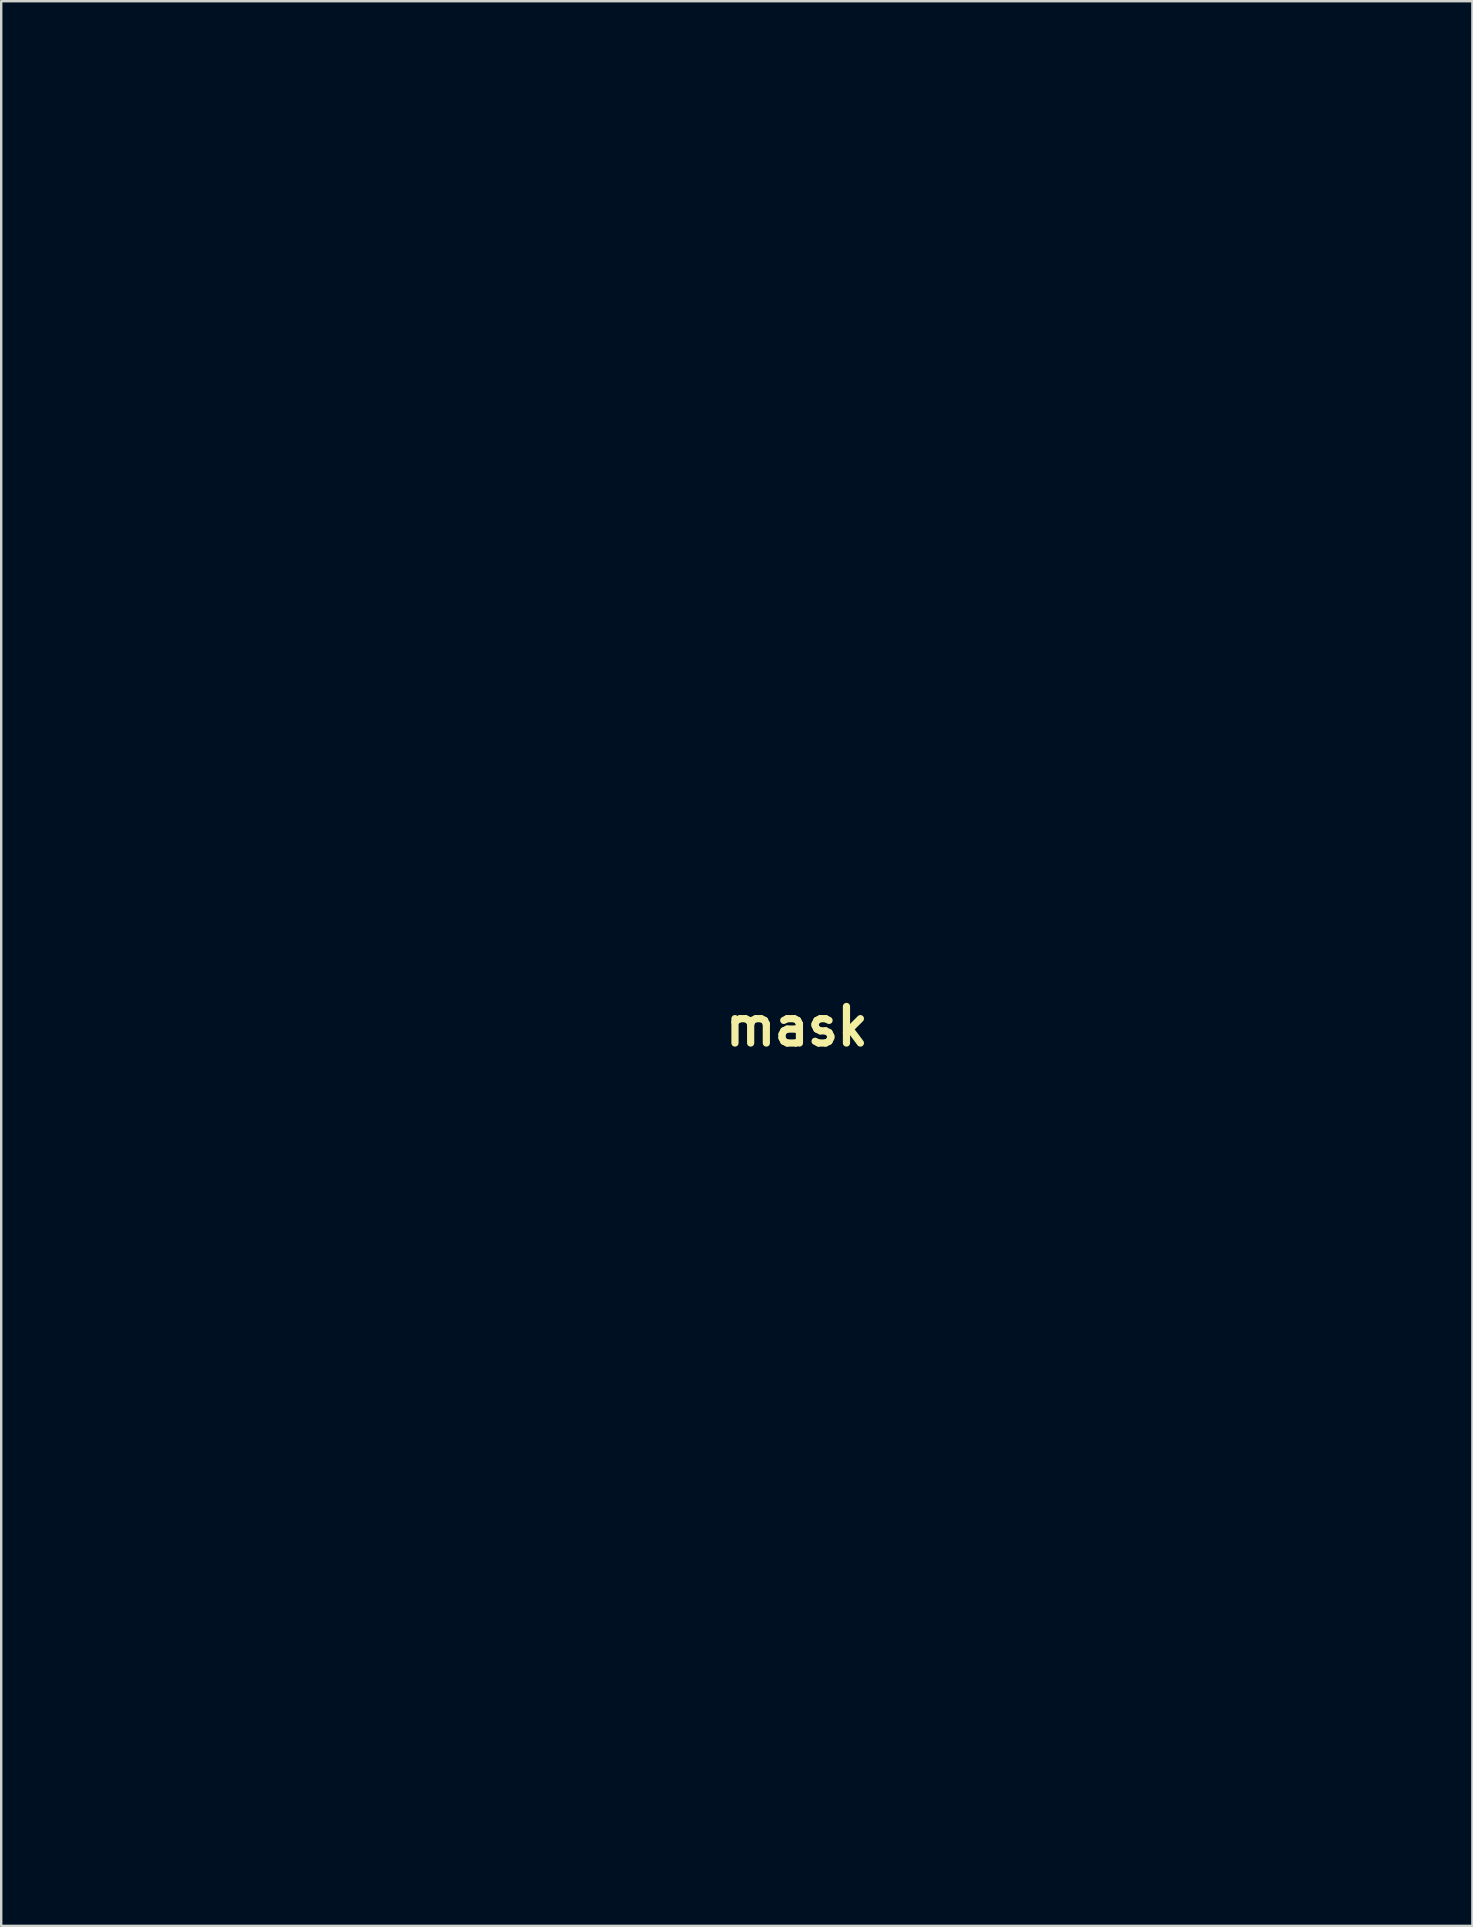
<source format=kicad_pcb>
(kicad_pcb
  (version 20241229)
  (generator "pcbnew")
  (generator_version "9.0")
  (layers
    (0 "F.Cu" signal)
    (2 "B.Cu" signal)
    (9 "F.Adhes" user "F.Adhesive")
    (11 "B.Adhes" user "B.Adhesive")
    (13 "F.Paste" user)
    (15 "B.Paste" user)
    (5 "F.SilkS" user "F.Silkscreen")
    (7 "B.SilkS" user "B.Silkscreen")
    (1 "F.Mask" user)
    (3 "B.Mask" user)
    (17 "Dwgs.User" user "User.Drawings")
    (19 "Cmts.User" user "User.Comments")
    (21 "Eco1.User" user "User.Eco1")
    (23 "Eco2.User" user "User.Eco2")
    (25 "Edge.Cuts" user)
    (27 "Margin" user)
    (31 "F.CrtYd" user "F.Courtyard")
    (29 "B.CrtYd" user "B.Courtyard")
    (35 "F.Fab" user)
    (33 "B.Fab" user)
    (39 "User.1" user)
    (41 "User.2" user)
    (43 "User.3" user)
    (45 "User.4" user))
  (footprint "mask"
    (layer "F.Cu")
    (at 30.146 39.714)
    (property "Reference" "mask" (at 0 0 0) (layer "F.SilkS") (effects (font (size 1.524 1.524) (thickness 0.3))))
    (attr board_only exclude_from_pos_files exclude_from_bom)
    (fp_poly (pts (xy 17.852 -1.741) (xy 16.722 -1.741) (xy 16.722 -2.872) (xy 17.852 -2.872)) (stroke (width 0) (type solid)) (fill yes) (layer "F.Mask"))
    (fp_poly (pts (xy 17.106 -11.502) (xy 17.109 -10.959) (xy 17.652 -10.956) (xy 18.195 -10.953) (xy 18.195 -10.445) (xy 16.594 -10.445) (xy 16.594 -12.046) (xy 17.102 -12.046)) (stroke (width 0) (type solid)) (fill yes) (layer "F.Mask"))
    (fp_poly (pts (xy -4.323 -5.206) (xy -4.136 -5.019) (xy -5.235 -3.92) (xy -5.374 -3.781) (xy -5.508 -3.647) (xy -5.636 -3.519) (xy -5.757 -3.399) (xy -5.869 -3.287) (xy -5.973 -3.184) (xy -6.065 -3.092) (xy -6.146 -3.011) (xy -6.215 -2.944) (xy -6.27 -2.889) (xy -6.31 -2.85) (xy -6.334 -2.827) (xy -6.341 -2.821) (xy -6.351 -2.829) (xy -6.377 -2.853) (xy -6.415 -2.89) (xy -6.462 -2.937) (xy -6.517 -2.991) (xy -6.531 -3.005) (xy -6.715 -3.189) (xy -4.511 -5.394)) (stroke (width 0) (type solid)) (fill yes) (layer "F.Mask"))
    (fp_poly (pts (xy -14.837 -3.727) (xy -14.739 -3.689) (xy -14.648 -3.629) (xy -14.607 -3.592) (xy -14.535 -3.504) (xy -14.485 -3.407) (xy -14.456 -3.307) (xy -14.448 -3.204) (xy -14.46 -3.103) (xy -14.492 -3.006) (xy -14.542 -2.916) (xy -14.61 -2.837) (xy -14.694 -2.772) (xy -14.795 -2.722) (xy -14.827 -2.712) (xy -14.883 -2.701) (xy -14.953 -2.696) (xy -15.025 -2.697) (xy -15.091 -2.703) (xy -15.127 -2.712) (xy -15.231 -2.757) (xy -15.32 -2.82) (xy -15.393 -2.898) (xy -15.448 -2.987) (xy -15.485 -3.086) (xy -15.501 -3.19) (xy -15.496 -3.296) (xy -15.468 -3.402) (xy -15.454 -3.435) (xy -15.396 -3.532) (xy -15.322 -3.612) (xy -15.237 -3.673) (xy -15.142 -3.716) (xy -15.042 -3.74) (xy -14.939 -3.743)) (stroke (width 0) (type solid)) (fill yes) (layer "F.Mask"))
    (fp_poly (pts (xy -16.421 15.873) (xy -16.37 15.878) (xy -16.334 15.89) (xy -16.301 15.911) (xy -16.294 15.916) (xy -16.265 15.941) (xy -16.242 15.965) (xy -16.225 15.991) (xy -16.212 16.024) (xy -16.204 16.066) (xy -16.198 16.12) (xy -16.195 16.191) (xy -16.194 16.282) (xy -16.194 16.359) (xy -16.195 16.466) (xy -16.196 16.55) (xy -16.2 16.616) (xy -16.206 16.667) (xy -16.215 16.705) (xy -16.229 16.736) (xy -16.248 16.761) (xy -16.273 16.785) (xy -16.294 16.803) (xy -16.351 16.834) (xy -16.42 16.848) (xy -16.491 16.843) (xy -16.554 16.822) (xy -16.6 16.79) (xy -16.64 16.748) (xy -16.643 16.743) (xy -16.677 16.692) (xy -16.677 16.027) (xy -16.642 15.974) (xy -16.593 15.919) (xy -16.532 15.885) (xy -16.457 15.872)) (stroke (width 0) (type solid)) (fill yes) (layer "F.Mask"))
    (fp_poly (pts (xy 6.79 31.908) (xy 6.968 31.908) (xy 7.129 31.909) (xy 7.167 31.909) (xy 7.802 31.912) (xy 7.173 32.992) (xy 7.084 33.144) (xy 6.999 33.29) (xy 6.918 33.428) (xy 6.843 33.556) (xy 6.774 33.674) (xy 6.711 33.78) (xy 6.657 33.872) (xy 6.612 33.948) (xy 6.576 34.008) (xy 6.55 34.05) (xy 6.537 34.072) (xy 6.534 34.075) (xy 6.527 34.064) (xy 6.507 34.033) (xy 6.477 33.984) (xy 6.436 33.916) (xy 6.386 33.833) (xy 6.328 33.734) (xy 6.263 33.623) (xy 6.19 33.5) (xy 6.112 33.367) (xy 6.03 33.225) (xy 5.943 33.076) (xy 5.895 32.995) (xy 5.266 31.912) (xy 5.898 31.909) (xy 6.054 31.908) (xy 6.228 31.908) (xy 6.413 31.907) (xy 6.603 31.907)) (stroke (width 0) (type solid)) (fill yes) (layer "F.Mask"))
    (fp_poly (pts (xy -5.339 17.877) (xy -5.279 17.903) (xy -5.228 17.946) (xy -5.192 18.004) (xy -5.184 18.028) (xy -5.179 18.059) (xy -5.175 18.114) (xy -5.173 18.192) (xy -5.173 18.291) (xy -5.174 18.388) (xy -5.178 18.701) (xy -5.217 18.749) (xy -5.276 18.805) (xy -5.345 18.838) (xy -5.421 18.848) (xy -5.469 18.841) (xy -5.536 18.814) (xy -5.592 18.768) (xy -5.63 18.712) (xy -5.638 18.692) (xy -5.643 18.67) (xy -5.648 18.642) (xy -5.651 18.603) (xy -5.653 18.551) (xy -5.654 18.482) (xy -5.654 18.392) (xy -5.654 18.355) (xy -5.654 18.259) (xy -5.654 18.184) (xy -5.652 18.127) (xy -5.65 18.085) (xy -5.647 18.055) (xy -5.642 18.031) (xy -5.635 18.012) (xy -5.627 17.995) (xy -5.587 17.937) (xy -5.533 17.896) (xy -5.471 17.873) (xy -5.405 17.867)) (stroke (width 0) (type solid)) (fill yes) (layer "F.Mask"))
    (fp_poly (pts (xy -16.391 17.871) (xy -16.322 17.895) (xy -16.263 17.938) (xy -16.246 17.958) (xy -16.226 17.99) (xy -16.211 18.028) (xy -16.201 18.077) (xy -16.193 18.14) (xy -16.19 18.22) (xy -16.189 18.319) (xy -16.19 18.405) (xy -16.192 18.494) (xy -16.194 18.561) (xy -16.196 18.61) (xy -16.2 18.646) (xy -16.206 18.673) (xy -16.213 18.694) (xy -16.221 18.709) (xy -16.266 18.772) (xy -16.326 18.817) (xy -16.395 18.842) (xy -16.468 18.845) (xy -16.48 18.843) (xy -16.555 18.818) (xy -16.615 18.773) (xy -16.642 18.739) (xy -16.677 18.687) (xy -16.681 18.387) (xy -16.682 18.3) (xy -16.682 18.219) (xy -16.681 18.149) (xy -16.68 18.093) (xy -16.678 18.056) (xy -16.677 18.045) (xy -16.66 18.005) (xy -16.628 17.959) (xy -16.588 17.918) (xy -16.546 17.888) (xy -16.535 17.882) (xy -16.464 17.866)) (stroke (width 0) (type solid)) (fill yes) (layer "F.Mask"))
    (fp_poly (pts (xy 5.748 17.877) (xy 5.813 17.911) (xy 5.865 17.963) (xy 5.9 18.03) (xy 5.907 18.056) (xy 5.912 18.092) (xy 5.916 18.149) (xy 5.919 18.22) (xy 5.92 18.3) (xy 5.92 18.383) (xy 5.919 18.465) (xy 5.917 18.54) (xy 5.913 18.602) (xy 5.909 18.645) (xy 5.907 18.653) (xy 5.887 18.71) (xy 5.853 18.764) (xy 5.812 18.806) (xy 5.794 18.818) (xy 5.747 18.835) (xy 5.689 18.845) (xy 5.635 18.844) (xy 5.629 18.843) (xy 5.554 18.818) (xy 5.494 18.773) (xy 5.467 18.739) (xy 5.432 18.687) (xy 5.428 18.372) (xy 5.427 18.273) (xy 5.427 18.197) (xy 5.427 18.139) (xy 5.429 18.096) (xy 5.432 18.065) (xy 5.436 18.042) (xy 5.442 18.024) (xy 5.449 18.009) (xy 5.496 17.94) (xy 5.555 17.893) (xy 5.625 17.869) (xy 5.675 17.865)) (stroke (width 0) (type solid)) (fill yes) (layer "F.Mask"))
    (fp_poly (pts (xy -5.369 19.864) (xy -5.303 19.886) (xy -5.245 19.926) (xy -5.202 19.984) (xy -5.198 19.992) (xy -5.189 20.01) (xy -5.183 20.029) (xy -5.178 20.051) (xy -5.175 20.08) (xy -5.173 20.12) (xy -5.173 20.173) (xy -5.173 20.244) (xy -5.174 20.336) (xy -5.174 20.372) (xy -5.178 20.696) (xy -5.217 20.745) (xy -5.277 20.801) (xy -5.344 20.835) (xy -5.417 20.846) (xy -5.476 20.836) (xy -5.542 20.806) (xy -5.597 20.758) (xy -5.63 20.706) (xy -5.638 20.687) (xy -5.643 20.665) (xy -5.648 20.636) (xy -5.651 20.598) (xy -5.653 20.546) (xy -5.654 20.476) (xy -5.654 20.386) (xy -5.654 20.352) (xy -5.654 20.248) (xy -5.653 20.165) (xy -5.65 20.101) (xy -5.645 20.052) (xy -5.637 20.015) (xy -5.625 19.986) (xy -5.609 19.962) (xy -5.588 19.939) (xy -5.568 19.921) (xy -5.506 19.881) (xy -5.438 19.862)) (stroke (width 0) (type solid)) (fill yes) (layer "F.Mask"))
    (fp_poly (pts (xy -5.349 15.876) (xy -5.285 15.901) (xy -5.268 15.913) (xy -5.24 15.935) (xy -5.218 15.958) (xy -5.202 15.983) (xy -5.189 16.015) (xy -5.181 16.057) (xy -5.176 16.111) (xy -5.173 16.182) (xy -5.172 16.273) (xy -5.171 16.36) (xy -5.172 16.463) (xy -5.173 16.545) (xy -5.175 16.608) (xy -5.179 16.656) (xy -5.186 16.693) (xy -5.195 16.721) (xy -5.207 16.744) (xy -5.224 16.766) (xy -5.233 16.777) (xy -5.283 16.815) (xy -5.346 16.839) (xy -5.416 16.848) (xy -5.485 16.84) (xy -5.53 16.822) (xy -5.567 16.796) (xy -5.603 16.758) (xy -5.613 16.744) (xy -5.648 16.692) (xy -5.652 16.386) (xy -5.653 16.278) (xy -5.653 16.191) (xy -5.651 16.124) (xy -5.647 16.072) (xy -5.64 16.033) (xy -5.631 16.002) (xy -5.618 15.976) (xy -5.602 15.954) (xy -5.552 15.91) (xy -5.489 15.882) (xy -5.419 15.87)) (stroke (width 0) (type solid)) (fill yes) (layer "F.Mask"))
    (fp_poly (pts (xy -15.23 32.968) (xy -15.134 32.988) (xy -15.039 33.019) (xy -14.964 33.052) (xy -14.888 33.101) (xy -14.812 33.168) (xy -14.74 33.244) (xy -14.682 33.323) (xy -14.66 33.362) (xy -14.607 33.49) (xy -14.578 33.622) (xy -14.573 33.754) (xy -14.592 33.884) (xy -14.633 34.01) (xy -14.696 34.128) (xy -14.782 34.235) (xy -14.796 34.25) (xy -14.902 34.339) (xy -15.02 34.405) (xy -15.146 34.449) (xy -15.278 34.469) (xy -15.415 34.465) (xy -15.489 34.453) (xy -15.612 34.413) (xy -15.728 34.352) (xy -15.831 34.272) (xy -15.921 34.176) (xy -15.993 34.066) (xy -16.045 33.947) (xy -16.062 33.888) (xy -16.07 33.839) (xy -16.076 33.778) (xy -16.078 33.718) (xy -16.078 33.716) (xy -16.067 33.579) (xy -16.034 33.454) (xy -15.978 33.338) (xy -15.898 33.23) (xy -15.857 33.186) (xy -15.749 33.094) (xy -15.632 33.027) (xy -15.506 32.982) (xy -15.37 32.962) (xy -15.317 32.96)) (stroke (width 0) (type solid)) (fill yes) (layer "F.Mask"))
    (fp_poly (pts (xy 5.757 19.878) (xy 5.82 19.912) (xy 5.871 19.965) (xy 5.888 19.993) (xy 5.897 20.013) (xy 5.904 20.035) (xy 5.909 20.062) (xy 5.913 20.1) (xy 5.916 20.151) (xy 5.918 20.22) (xy 5.919 20.306) (xy 5.92 20.421) (xy 5.919 20.515) (xy 5.915 20.587) (xy 5.909 20.637) (xy 5.909 20.641) (xy 5.882 20.715) (xy 5.838 20.774) (xy 5.781 20.818) (xy 5.714 20.842) (xy 5.641 20.844) (xy 5.604 20.836) (xy 5.535 20.804) (xy 5.479 20.751) (xy 5.452 20.708) (xy 5.444 20.688) (xy 5.437 20.668) (xy 5.432 20.643) (xy 5.429 20.61) (xy 5.427 20.564) (xy 5.426 20.503) (xy 5.426 20.423) (xy 5.426 20.358) (xy 5.426 20.253) (xy 5.427 20.17) (xy 5.431 20.105) (xy 5.436 20.056) (xy 5.444 20.018) (xy 5.456 19.989) (xy 5.471 19.964) (xy 5.491 19.94) (xy 5.493 19.938) (xy 5.552 19.892) (xy 5.618 19.868) (xy 5.689 19.863)) (stroke (width 0) (type solid)) (fill yes) (layer "F.Mask"))
    (fp_poly (pts (xy -29.377 32.204) (xy -28.939 32.643) (xy -28.507 32.211) (xy -28.42 32.124) (xy -28.339 32.044) (xy -28.265 31.971) (xy -28.199 31.907) (xy -28.144 31.854) (xy -28.102 31.814) (xy -28.074 31.788) (xy -28.062 31.779) (xy -28.062 31.779) (xy -28.049 31.787) (xy -28.022 31.811) (xy -27.983 31.847) (xy -27.935 31.893) (xy -27.89 31.937) (xy -27.732 32.096) (xy -28.17 32.535) (xy -28.608 32.973) (xy -28.173 33.408) (xy -27.738 33.844) (xy -27.903 34.009) (xy -28.068 34.173) (xy -28.504 33.738) (xy -28.939 33.303) (xy -29.371 33.735) (xy -29.457 33.822) (xy -29.538 33.902) (xy -29.612 33.975) (xy -29.676 34.039) (xy -29.73 34.092) (xy -29.771 34.132) (xy -29.798 34.158) (xy -29.809 34.167) (xy -29.809 34.167) (xy -29.82 34.159) (xy -29.845 34.135) (xy -29.883 34.099) (xy -29.929 34.053) (xy -29.978 34.005) (xy -30.139 33.844) (xy -29.269 32.973) (xy -30.146 32.096) (xy -29.981 31.931) (xy -29.816 31.766)) (stroke (width 0) (type solid)) (fill yes) (layer "F.Mask"))
    (fp_poly (pts (xy 16.698 7.399) (xy 16.9 7.559) (xy 17.081 7.73) (xy 17.24 7.91) (xy 17.377 8.098) (xy 17.491 8.294) (xy 17.58 8.495) (xy 17.581 8.497) (xy 17.61 8.585) (xy 17.639 8.687) (xy 17.665 8.799) (xy 17.688 8.913) (xy 17.707 9.023) (xy 17.72 9.123) (xy 17.725 9.207) (xy 17.725 9.22) (xy 17.724 9.244) (xy 17.716 9.257) (xy 17.694 9.264) (xy 17.659 9.268) (xy 17.636 9.269) (xy 17.59 9.27) (xy 17.522 9.271) (xy 17.435 9.273) (xy 17.331 9.274) (xy 17.211 9.275) (xy 17.077 9.277) (xy 16.932 9.278) (xy 16.777 9.279) (xy 16.615 9.281) (xy 16.49 9.281) (xy 15.387 9.288) (xy 15.387 9.219) (xy 15.39 9.155) (xy 15.398 9.074) (xy 15.41 8.982) (xy 15.425 8.886) (xy 15.441 8.794) (xy 15.458 8.719) (xy 15.522 8.506) (xy 15.609 8.301) (xy 15.721 8.106) (xy 15.855 7.919) (xy 16.013 7.743) (xy 16.194 7.576) (xy 16.398 7.418) (xy 16.441 7.389) (xy 16.567 7.303)) (stroke (width 0) (type solid)) (fill yes) (layer "F.Mask"))
    (fp_poly (pts (xy -7.125 31.96) (xy -6.946 31.982) (xy -6.772 32.026) (xy -6.606 32.09) (xy -6.451 32.173) (xy -6.31 32.273) (xy -6.185 32.39) (xy -6.079 32.52) (xy -6.072 32.53) (xy -5.992 32.67) (xy -5.935 32.818) (xy -5.902 32.97) (xy -5.892 33.125) (xy -5.907 33.28) (xy -5.947 33.433) (xy -5.992 33.544) (xy -6.071 33.683) (xy -6.172 33.811) (xy -6.293 33.927) (xy -6.43 34.029) (xy -6.582 34.114) (xy -6.745 34.18) (xy -6.805 34.199) (xy -6.936 34.23) (xy -7.092 34.252) (xy -7.182 34.261) (xy -7.255 34.267) (xy -7.255 33.712) (xy -7.189 33.704) (xy -7.046 33.675) (xy -6.919 33.629) (xy -6.809 33.566) (xy -6.716 33.487) (xy -6.642 33.393) (xy -6.589 33.286) (xy -6.583 33.268) (xy -6.56 33.163) (xy -6.562 33.058) (xy -6.586 32.955) (xy -6.632 32.857) (xy -6.697 32.767) (xy -6.782 32.687) (xy -6.884 32.62) (xy -6.887 32.618) (xy -6.959 32.585) (xy -7.039 32.558) (xy -7.118 32.538) (xy -7.188 32.529) (xy -7.201 32.528) (xy -7.255 32.528) (xy -7.255 31.953)) (stroke (width 0) (type solid)) (fill yes) (layer "F.Mask"))
    (fp_poly (pts (xy 5.682 15.873) (xy 5.733 15.877) (xy 5.768 15.886) (xy 5.799 15.903) (xy 5.815 15.916) (xy 5.844 15.941) (xy 5.867 15.965) (xy 5.884 15.991) (xy 5.897 16.024) (xy 5.905 16.066) (xy 5.911 16.12) (xy 5.914 16.191) (xy 5.915 16.281) (xy 5.915 16.359) (xy 5.914 16.466) (xy 5.913 16.55) (xy 5.91 16.616) (xy 5.903 16.667) (xy 5.894 16.705) (xy 5.88 16.736) (xy 5.861 16.761) (xy 5.836 16.785) (xy 5.815 16.803) (xy 5.782 16.826) (xy 5.749 16.838) (xy 5.704 16.844) (xy 5.689 16.845) (xy 5.642 16.845) (xy 5.601 16.841) (xy 5.58 16.836) (xy 5.513 16.795) (xy 5.465 16.739) (xy 5.453 16.716) (xy 5.444 16.696) (xy 5.437 16.675) (xy 5.433 16.65) (xy 5.429 16.617) (xy 5.427 16.572) (xy 5.426 16.512) (xy 5.426 16.433) (xy 5.426 16.357) (xy 5.426 16.261) (xy 5.426 16.187) (xy 5.428 16.131) (xy 5.43 16.089) (xy 5.434 16.059) (xy 5.439 16.035) (xy 5.446 16.016) (xy 5.453 16) (xy 5.496 15.94) (xy 5.539 15.906) (xy 5.574 15.885) (xy 5.604 15.875) (xy 5.64 15.872)) (stroke (width 0) (type solid)) (fill yes) (layer "F.Mask"))
    (fp_poly (pts (xy -16.391 19.868) (xy -16.354 19.876) (xy -16.321 19.891) (xy -16.305 19.901) (xy -16.266 19.935) (xy -16.231 19.977) (xy -16.223 19.99) (xy -16.214 20.009) (xy -16.207 20.028) (xy -16.202 20.05) (xy -16.198 20.081) (xy -16.196 20.122) (xy -16.195 20.179) (xy -16.194 20.254) (xy -16.194 20.33) (xy -16.195 20.416) (xy -16.196 20.496) (xy -16.198 20.565) (xy -16.2 20.62) (xy -16.203 20.656) (xy -16.204 20.664) (xy -16.224 20.712) (xy -16.259 20.762) (xy -16.302 20.803) (xy -16.326 20.819) (xy -16.384 20.838) (xy -16.449 20.844) (xy -16.506 20.836) (xy -16.571 20.806) (xy -16.626 20.758) (xy -16.659 20.706) (xy -16.667 20.687) (xy -16.673 20.665) (xy -16.677 20.637) (xy -16.68 20.599) (xy -16.682 20.547) (xy -16.683 20.478) (xy -16.683 20.389) (xy -16.683 20.349) (xy -16.683 20.253) (xy -16.682 20.179) (xy -16.681 20.123) (xy -16.679 20.082) (xy -16.676 20.052) (xy -16.671 20.03) (xy -16.664 20.013) (xy -16.656 19.996) (xy -16.655 19.995) (xy -16.626 19.955) (xy -16.589 19.916) (xy -16.577 19.906) (xy -16.548 19.884) (xy -16.52 19.872) (xy -16.486 19.867) (xy -16.443 19.866)) (stroke (width 0) (type solid)) (fill yes) (layer "F.Mask"))
    (fp_poly (pts (xy 23.242 -33.541) (xy 23.472 -33.494) (xy 23.696 -33.423) (xy 23.912 -33.328) (xy 24.12 -33.21) (xy 24.161 -33.183) (xy 24.35 -33.042) (xy 24.522 -32.882) (xy 24.677 -32.705) (xy 24.813 -32.514) (xy 24.929 -32.31) (xy 25.024 -32.095) (xy 25.096 -31.871) (xy 25.138 -31.68) (xy 25.145 -31.639) (xy 24.793 -31.639) (xy 24.441 -31.639) (xy 24.412 -31.744) (xy 24.387 -31.819) (xy 24.351 -31.907) (xy 24.307 -32) (xy 24.26 -32.092) (xy 24.212 -32.174) (xy 24.169 -32.236) (xy 24.039 -32.388) (xy 23.893 -32.521) (xy 23.732 -32.635) (xy 23.56 -32.729) (xy 23.379 -32.8) (xy 23.19 -32.848) (xy 23.171 -32.852) (xy 23.074 -32.864) (xy 22.962 -32.87) (xy 22.845 -32.87) (xy 22.733 -32.864) (xy 22.636 -32.852) (xy 22.635 -32.852) (xy 22.439 -32.805) (xy 22.255 -32.736) (xy 22.081 -32.643) (xy 21.919 -32.529) (xy 21.77 -32.393) (xy 21.634 -32.236) (xy 21.62 -32.217) (xy 21.576 -32.15) (xy 21.528 -32.067) (xy 21.482 -31.975) (xy 21.44 -31.882) (xy 21.406 -31.795) (xy 21.393 -31.753) (xy 21.362 -31.645) (xy 21.011 -31.642) (xy 20.904 -31.641) (xy 20.819 -31.641) (xy 20.755 -31.642) (xy 20.71 -31.643) (xy 20.68 -31.646) (xy 20.665 -31.65) (xy 20.661 -31.655) (xy 20.664 -31.68) (xy 20.673 -31.724) (xy 20.686 -31.78) (xy 20.701 -31.843) (xy 20.718 -31.907) (xy 20.734 -31.966) (xy 20.749 -32.014) (xy 20.753 -32.026) (xy 20.838 -32.241) (xy 20.942 -32.441) (xy 21.066 -32.63) (xy 21.212 -32.811) (xy 21.225 -32.825) (xy 21.383 -32.984) (xy 21.56 -33.127) (xy 21.751 -33.253) (xy 21.954 -33.36) (xy 22.164 -33.445) (xy 22.302 -33.488) (xy 22.537 -33.538) (xy 22.773 -33.564) (xy 23.008 -33.565)) (stroke (width 0) (type solid)) (fill yes) (layer "F.Mask"))
    (fp_poly (pts (xy -27.357 18.954) (xy -27.148 18.996) (xy -26.943 19.061) (xy -26.745 19.147) (xy -26.555 19.255) (xy -26.375 19.385) (xy -26.214 19.53) (xy -26.065 19.697) (xy -25.937 19.875) (xy -25.831 20.065) (xy -25.746 20.263) (xy -25.682 20.468) (xy -25.64 20.678) (xy -25.621 20.89) (xy -25.623 21.104) (xy -25.649 21.318) (xy -25.697 21.528) (xy -25.768 21.733) (xy -25.862 21.933) (xy -25.92 22.032) (xy -25.995 22.146) (xy -26.072 22.247) (xy -26.158 22.345) (xy -26.213 22.402) (xy -26.384 22.555) (xy -26.566 22.686) (xy -26.76 22.795) (xy -26.966 22.882) (xy -27.184 22.946) (xy -27.363 22.98) (xy -27.431 22.988) (xy -27.516 22.993) (xy -27.612 22.996) (xy -27.711 22.996) (xy -27.805 22.994) (xy -27.888 22.989) (xy -27.929 22.985) (xy -28.025 22.968) (xy -28.135 22.942) (xy -28.249 22.91) (xy -28.359 22.874) (xy -28.445 22.841) (xy -28.645 22.743) (xy -28.83 22.626) (xy -29.001 22.488) (xy -29.1 22.393) (xy -29.156 22.335) (xy -29.2 22.288) (xy -29.235 22.248) (xy -29.266 22.209) (xy -29.299 22.164) (xy -29.338 22.108) (xy -29.346 22.096) (xy -29.373 22.054) (xy -29.405 22) (xy -29.438 21.941) (xy -29.47 21.88) (xy -29.5 21.824) (xy -29.523 21.775) (xy -29.538 21.74) (xy -29.542 21.725) (xy -29.53 21.723) (xy -29.494 21.722) (xy -29.437 21.72) (xy -29.36 21.719) (xy -29.266 21.718) (xy -29.157 21.717) (xy -29.034 21.716) (xy -28.9 21.715) (xy -28.757 21.715) (xy -28.631 21.715) (xy -28.447 21.715) (xy -28.288 21.715) (xy -28.149 21.714) (xy -28.031 21.713) (xy -27.93 21.712) (xy -27.845 21.71) (xy -27.774 21.707) (xy -27.715 21.704) (xy -27.666 21.699) (xy -27.625 21.694) (xy -27.59 21.687) (xy -27.559 21.679) (xy -27.531 21.67) (xy -27.503 21.658) (xy -27.474 21.646) (xy -27.468 21.643) (xy -27.397 21.604) (xy -27.322 21.553) (xy -27.255 21.496) (xy -27.217 21.457) (xy -27.169 21.393) (xy -27.122 21.315) (xy -27.083 21.235) (xy -27.063 21.182) (xy -27.044 21.098) (xy -27.036 21.001) (xy -27.037 20.9) (xy -27.049 20.806) (xy -27.063 20.749) (xy -27.116 20.623) (xy -27.19 20.51) (xy -27.284 20.411) (xy -27.396 20.33) (xy -27.524 20.266) (xy -27.549 20.256) (xy -27.643 20.222) (xy -28.592 20.218) (xy -28.745 20.218) (xy -28.891 20.217) (xy -29.026 20.216) (xy -29.15 20.215) (xy -29.261 20.214) (xy -29.356 20.212) (xy -29.434 20.211) (xy -29.492 20.21) (xy -29.529 20.209) (xy -29.542 20.208) (xy -29.542 20.207) (xy -29.537 20.19) (xy -29.521 20.155) (xy -29.499 20.108) (xy -29.472 20.055) (xy -29.444 20.001) (xy -29.417 19.95) (xy -29.393 19.908) (xy -29.39 19.905) (xy -29.297 19.769) (xy -29.187 19.633) (xy -29.064 19.504) (xy -28.935 19.387) (xy -28.809 19.292) (xy -28.616 19.174) (xy -28.415 19.08) (xy -28.209 19.009) (xy -27.998 18.961) (xy -27.784 18.936) (xy -27.57 18.934)) (stroke (width 0) (type solid)) (fill yes) (layer "F.Mask"))
    (fp_poly (pts (xy -28.151 -13.694) (xy -28.143 -13.684) (xy -28.12 -13.655) (xy -28.084 -13.608) (xy -28.036 -13.546) (xy -27.975 -13.468) (xy -27.905 -13.377) (xy -27.825 -13.273) (xy -27.736 -13.159) (xy -27.64 -13.035) (xy -27.537 -12.902) (xy -27.429 -12.762) (xy -27.316 -12.617) (xy -27.307 -12.606) (xy -27.194 -12.46) (xy -27.086 -12.32) (xy -26.983 -12.186) (xy -26.887 -12.061) (xy -26.799 -11.945) (xy -26.719 -11.84) (xy -26.649 -11.748) (xy -26.589 -11.668) (xy -26.541 -11.604) (xy -26.506 -11.555) (xy -26.484 -11.524) (xy -26.476 -11.511) (xy -26.476 -11.511) (xy -26.49 -11.504) (xy -26.526 -11.491) (xy -26.579 -11.471) (xy -26.647 -11.447) (xy -26.727 -11.419) (xy -26.816 -11.388) (xy -26.855 -11.375) (xy -26.946 -11.343) (xy -27.029 -11.313) (xy -27.101 -11.287) (xy -27.159 -11.265) (xy -27.2 -11.248) (xy -27.221 -11.238) (xy -27.223 -11.236) (xy -27.215 -11.225) (xy -27.189 -11.198) (xy -27.149 -11.157) (xy -27.095 -11.104) (xy -27.031 -11.039) (xy -26.956 -10.965) (xy -26.873 -10.884) (xy -26.784 -10.796) (xy -26.75 -10.763) (xy -26.659 -10.675) (xy -26.574 -10.591) (xy -26.496 -10.514) (xy -26.427 -10.446) (xy -26.369 -10.389) (xy -26.324 -10.343) (xy -26.293 -10.311) (xy -26.278 -10.295) (xy -26.277 -10.293) (xy -26.288 -10.286) (xy -26.32 -10.273) (xy -26.368 -10.254) (xy -26.429 -10.232) (xy -26.493 -10.21) (xy -26.562 -10.187) (xy -26.622 -10.166) (xy -26.669 -10.149) (xy -26.699 -10.137) (xy -26.709 -10.133) (xy -26.7 -10.124) (xy -26.674 -10.099) (xy -26.633 -10.061) (xy -26.58 -10.011) (xy -26.515 -9.951) (xy -26.441 -9.882) (xy -26.361 -9.807) (xy -26.309 -9.759) (xy -26.208 -9.666) (xy -26.125 -9.589) (xy -26.058 -9.526) (xy -26.006 -9.477) (xy -25.966 -9.439) (xy -25.938 -9.412) (xy -25.92 -9.393) (xy -25.911 -9.383) (xy -25.91 -9.378) (xy -25.911 -9.378) (xy -25.923 -9.383) (xy -25.957 -9.396) (xy -26.011 -9.417) (xy -26.083 -9.446) (xy -26.171 -9.481) (xy -26.274 -9.523) (xy -26.39 -9.569) (xy -26.516 -9.619) (xy -26.652 -9.674) (xy -26.795 -9.731) (xy -26.826 -9.743) (xy -26.971 -9.801) (xy -27.108 -9.856) (xy -27.236 -9.908) (xy -27.354 -9.956) (xy -27.46 -9.999) (xy -27.551 -10.036) (xy -27.626 -10.067) (xy -27.683 -10.091) (xy -27.721 -10.107) (xy -27.737 -10.114) (xy -27.738 -10.115) (xy -27.726 -10.121) (xy -27.694 -10.134) (xy -27.645 -10.152) (xy -27.582 -10.175) (xy -27.508 -10.201) (xy -27.468 -10.215) (xy -27.389 -10.242) (xy -27.318 -10.267) (xy -27.258 -10.288) (xy -27.212 -10.305) (xy -27.186 -10.315) (xy -27.181 -10.317) (xy -27.189 -10.324) (xy -27.218 -10.343) (xy -27.269 -10.372) (xy -27.34 -10.41) (xy -27.431 -10.459) (xy -27.54 -10.516) (xy -27.667 -10.583) (xy -27.811 -10.657) (xy -27.972 -10.74) (xy -27.991 -10.749) (xy -28.126 -10.818) (xy -28.253 -10.884) (xy -28.372 -10.945) (xy -28.481 -11.001) (xy -28.577 -11.051) (xy -28.66 -11.093) (xy -28.726 -11.128) (xy -28.776 -11.154) (xy -28.806 -11.17) (xy -28.815 -11.175) (xy -28.803 -11.18) (xy -28.769 -11.192) (xy -28.716 -11.21) (xy -28.646 -11.234) (xy -28.562 -11.263) (xy -28.466 -11.296) (xy -28.36 -11.332) (xy -28.281 -11.36) (xy -28.171 -11.397) (xy -28.069 -11.433) (xy -27.977 -11.466) (xy -27.899 -11.494) (xy -27.836 -11.518) (xy -27.79 -11.536) (xy -27.764 -11.547) (xy -27.76 -11.551) (xy -27.771 -11.559) (xy -27.803 -11.581) (xy -27.852 -11.615) (xy -27.918 -11.66) (xy -28 -11.716) (xy -28.096 -11.781) (xy -28.204 -11.855) (xy -28.324 -11.937) (xy -28.453 -12.025) (xy -28.591 -12.119) (xy -28.736 -12.217) (xy -28.856 -12.299) (xy -29.006 -12.401) (xy -29.149 -12.499) (xy -29.286 -12.592) (xy -29.414 -12.679) (xy -29.532 -12.76) (xy -29.638 -12.833) (xy -29.732 -12.897) (xy -29.811 -12.951) (xy -29.875 -12.995) (xy -29.922 -13.028) (xy -29.95 -13.047) (xy -29.958 -13.054) (xy -29.956 -13.058) (xy -29.943 -13.066) (xy -29.918 -13.078) (xy -29.88 -13.094) (xy -29.826 -13.114) (xy -29.757 -13.14) (xy -29.67 -13.171) (xy -29.564 -13.209) (xy -29.439 -13.253) (xy -29.293 -13.304) (xy -29.124 -13.362) (xy -29.063 -13.383) (xy -28.918 -13.433) (xy -28.779 -13.481) (xy -28.65 -13.525) (xy -28.531 -13.566) (xy -28.425 -13.602) (xy -28.334 -13.633) (xy -28.259 -13.658) (xy -28.202 -13.678) (xy -28.165 -13.69) (xy -28.151 -13.694)) (stroke (width 0) (type solid)) (fill yes) (layer "F.Mask"))
    (fp_poly (pts (xy -8.107 -39.684) (xy -7.785 -39.622) (xy -7.477 -39.539) (xy -7.184 -39.435) (xy -6.904 -39.31) (xy -6.636 -39.163) (xy -6.381 -38.994) (xy -6.136 -38.803) (xy -5.917 -38.603) (xy -5.697 -38.372) (xy -5.5 -38.13) (xy -5.325 -37.876) (xy -5.172 -37.61) (xy -5.041 -37.332) (xy -4.931 -37.041) (xy -4.842 -36.735) (xy -4.775 -36.416) (xy -4.762 -36.34) (xy -4.733 -36.156) (xy -4.733 -32.382) (xy -4.733 -32.012) (xy -4.733 -31.667) (xy -4.733 -31.345) (xy -4.733 -31.046) (xy -4.733 -30.768) (xy -4.733 -30.512) (xy -4.734 -30.275) (xy -4.734 -30.058) (xy -4.734 -29.859) (xy -4.735 -29.677) (xy -4.735 -29.511) (xy -4.736 -29.361) (xy -4.737 -29.226) (xy -4.737 -29.104) (xy -4.739 -28.995) (xy -4.74 -28.897) (xy -4.741 -28.811) (xy -4.743 -28.735) (xy -4.745 -28.668) (xy -4.747 -28.609) (xy -4.749 -28.557) (xy -4.751 -28.512) (xy -4.754 -28.472) (xy -4.757 -28.437) (xy -4.76 -28.406) (xy -4.764 -28.378) (xy -4.768 -28.351) (xy -4.772 -28.325) (xy -4.776 -28.3) (xy -4.781 -28.274) (xy -4.786 -28.246) (xy -4.854 -27.939) (xy -4.945 -27.641) (xy -5.059 -27.352) (xy -5.195 -27.075) (xy -5.351 -26.81) (xy -5.528 -26.559) (xy -5.723 -26.322) (xy -5.937 -26.1) (xy -6.168 -25.895) (xy -6.416 -25.708) (xy -6.68 -25.54) (xy -6.958 -25.391) (xy -6.976 -25.383) (xy -7.189 -25.289) (xy -7.405 -25.209) (xy -7.629 -25.141) (xy -7.867 -25.084) (xy -8.094 -25.041) (xy -8.253 -25.014) (xy -15.311 -25.012) (xy -15.734 -25.012) (xy -16.151 -25.012) (xy -16.56 -25.012) (xy -16.962 -25.012) (xy -17.356 -25.012) (xy -17.741 -25.012) (xy -18.116 -25.012) (xy -18.48 -25.012) (xy -18.833 -25.012) (xy -19.174 -25.012) (xy -19.502 -25.012) (xy -19.817 -25.012) (xy -20.117 -25.012) (xy -20.403 -25.012) (xy -20.673 -25.012) (xy -20.926 -25.012) (xy -21.162 -25.013) (xy -21.381 -25.013) (xy -21.581 -25.013) (xy -21.761 -25.013) (xy -21.922 -25.013) (xy -22.062 -25.013) (xy -22.18 -25.014) (xy -22.276 -25.014) (xy -22.349 -25.014) (xy -22.399 -25.014) (xy -22.424 -25.015) (xy -22.427 -25.015) (xy -22.486 -25.021) (xy -22.564 -25.03) (xy -22.652 -25.043) (xy -22.743 -25.057) (xy -22.831 -25.071) (xy -22.909 -25.085) (xy -22.967 -25.097) (xy -23.275 -25.18) (xy -23.573 -25.286) (xy -23.861 -25.416) (xy -24.138 -25.568) (xy -24.405 -25.744) (xy -24.574 -25.871) (xy -24.659 -25.943) (xy -24.755 -26.029) (xy -24.855 -26.125) (xy -24.954 -26.226) (xy -25.048 -26.325) (xy -25.13 -26.418) (xy -25.176 -26.474) (xy -25.365 -26.73) (xy -25.53 -26.996) (xy -25.673 -27.273) (xy -25.793 -27.561) (xy -25.891 -27.861) (xy -25.967 -28.174) (xy -26.019 -28.475) (xy -26.021 -28.492) (xy -26.023 -28.512) (xy -26.025 -28.535) (xy -26.026 -28.561) (xy -26.028 -28.593) (xy -26.03 -28.631) (xy -26.031 -28.675) (xy -26.032 -28.727) (xy -26.033 -28.788) (xy -26.035 -28.858) (xy -26.036 -28.938) (xy -26.037 -29.03) (xy -26.037 -29.134) (xy -26.038 -29.252) (xy -26.039 -29.383) (xy -26.04 -29.529) (xy -26.04 -29.691) (xy -26.041 -29.87) (xy -26.041 -30.067) (xy -26.042 -30.282) (xy -26.042 -30.517) (xy -26.043 -30.772) (xy -26.043 -31.048) (xy -26.044 -31.347) (xy -26.044 -31.669) (xy -26.045 -32.014) (xy -26.045 -32.198) (xy -26.045 -32.363) (xy -25.012 -32.363) (xy -25.012 -32) (xy -25.012 -31.661) (xy -25.012 -31.345) (xy -25.012 -31.053) (xy -25.012 -30.782) (xy -25.012 -30.532) (xy -25.012 -30.302) (xy -25.012 -30.092) (xy -25.011 -29.899) (xy -25.011 -29.724) (xy -25.011 -29.566) (xy -25.01 -29.423) (xy -25.01 -29.295) (xy -25.009 -29.18) (xy -25.008 -29.079) (xy -25.008 -28.989) (xy -25.007 -28.911) (xy -25.006 -28.842) (xy -25.005 -28.784) (xy -25.004 -28.733) (xy -25.002 -28.69) (xy -25.001 -28.654) (xy -24.999 -28.623) (xy -24.998 -28.598) (xy -24.996 -28.576) (xy -24.994 -28.557) (xy -24.992 -28.541) (xy -24.989 -28.526) (xy -24.934 -28.251) (xy -24.856 -27.988) (xy -24.756 -27.737) (xy -24.634 -27.498) (xy -24.488 -27.269) (xy -24.373 -27.115) (xy -24.197 -26.915) (xy -24.004 -26.733) (xy -23.795 -26.57) (xy -23.573 -26.427) (xy -23.339 -26.304) (xy -23.095 -26.203) (xy -22.842 -26.124) (xy -22.582 -26.069) (xy -22.317 -26.038) (xy -22.293 -26.036) (xy -22.268 -26.035) (xy -22.218 -26.034) (xy -22.145 -26.034) (xy -22.049 -26.033) (xy -21.932 -26.032) (xy -21.793 -26.032) (xy -21.635 -26.031) (xy -21.458 -26.031) (xy -21.262 -26.03) (xy -21.049 -26.029) (xy -20.821 -26.029) (xy -20.576 -26.028) (xy -20.318 -26.028) (xy -20.045 -26.028) (xy -19.761 -26.027) (xy -19.464 -26.027) (xy -19.157 -26.027) (xy -18.84 -26.026) (xy -18.513 -26.026) (xy -18.179 -26.026) (xy -17.838 -26.026) (xy -17.49 -26.025) (xy -17.137 -26.025) (xy -16.78 -26.025) (xy -16.419 -26.025) (xy -16.056 -26.025) (xy -15.691 -26.025) (xy -15.326 -26.025) (xy -14.96 -26.025) (xy -14.596 -26.025) (xy -14.233 -26.025) (xy -13.874 -26.025) (xy -13.518 -26.025) (xy -13.167 -26.025) (xy -12.822 -26.025) (xy -12.483 -26.026) (xy -12.152 -26.026) (xy -11.829 -26.026) (xy -11.515 -26.026) (xy -11.212 -26.027) (xy -10.919 -26.027) (xy -10.639 -26.027) (xy -10.372 -26.028) (xy -10.119 -26.028) (xy -9.88 -26.029) (xy -9.657 -26.029) (xy -9.451 -26.03) (xy -9.262 -26.03) (xy -9.092 -26.031) (xy -8.941 -26.031) (xy -8.81 -26.032) (xy -8.7 -26.033) (xy -8.613 -26.033) (xy -8.548 -26.034) (xy -8.508 -26.035) (xy -8.495 -26.035) (xy -8.242 -26.061) (xy -8.005 -26.104) (xy -7.778 -26.165) (xy -7.557 -26.247) (xy -7.379 -26.329) (xy -7.138 -26.463) (xy -6.913 -26.617) (xy -6.705 -26.788) (xy -6.516 -26.976) (xy -6.345 -27.18) (xy -6.193 -27.399) (xy -6.062 -27.632) (xy -5.952 -27.878) (xy -5.865 -28.135) (xy -5.815 -28.329) (xy -5.809 -28.354) (xy -5.804 -28.378) (xy -5.799 -28.402) (xy -5.794 -28.425) (xy -5.79 -28.449) (xy -5.786 -28.476) (xy -5.782 -28.505) (xy -5.779 -28.538) (xy -5.776 -28.575) (xy -5.773 -28.619) (xy -5.771 -28.668) (xy -5.769 -28.726) (xy -5.767 -28.791) (xy -5.765 -28.866) (xy -5.763 -28.95) (xy -5.762 -29.046) (xy -5.761 -29.154) (xy -5.76 -29.275) (xy -5.759 -29.409) (xy -5.758 -29.558) (xy -5.757 -29.723) (xy -5.757 -29.904) (xy -5.757 -30.102) (xy -5.756 -30.319) (xy -5.756 -30.555) (xy -5.756 -30.811) (xy -5.756 -31.088) (xy -5.756 -31.387) (xy -5.756 -31.709) (xy -5.756 -32.055) (xy -5.756 -32.363) (xy -5.756 -32.729) (xy -5.756 -33.071) (xy -5.756 -33.389) (xy -5.756 -33.684) (xy -5.756 -33.958) (xy -5.756 -34.211) (xy -5.756 -34.443) (xy -5.757 -34.657) (xy -5.757 -34.853) (xy -5.758 -35.031) (xy -5.758 -35.193) (xy -5.759 -35.34) (xy -5.76 -35.473) (xy -5.761 -35.591) (xy -5.762 -35.697) (xy -5.764 -35.792) (xy -5.765 -35.875) (xy -5.767 -35.949) (xy -5.769 -36.013) (xy -5.772 -36.07) (xy -5.774 -36.119) (xy -5.777 -36.162) (xy -5.781 -36.2) (xy -5.784 -36.233) (xy -5.788 -36.262) (xy -5.792 -36.289) (xy -5.797 -36.315) (xy -5.802 -36.339) (xy -5.808 -36.364) (xy -5.813 -36.389) (xy -5.82 -36.417) (xy -5.821 -36.422) (xy -5.865 -36.591) (xy -5.925 -36.769) (xy -5.997 -36.949) (xy -6.078 -37.121) (xy -6.164 -37.279) (xy -6.188 -37.319) (xy -6.333 -37.528) (xy -6.499 -37.728) (xy -6.683 -37.915) (xy -6.881 -38.085) (xy -7.089 -38.234) (xy -7.128 -38.259) (xy -7.28 -38.346) (xy -7.449 -38.428) (xy -7.628 -38.503) (xy -7.807 -38.566) (xy -7.98 -38.616) (xy -8.025 -38.626) (xy -8.045 -38.631) (xy -8.064 -38.635) (xy -8.081 -38.639) (xy -8.097 -38.643) (xy -8.114 -38.647) (xy -8.132 -38.651) (xy -8.15 -38.654) (xy -8.171 -38.657) (xy -8.194 -38.66) (xy -8.221 -38.663) (xy -8.252 -38.666) (xy -8.287 -38.668) (xy -8.327 -38.67) (xy -8.373 -38.673) (xy -8.426 -38.675) (xy -8.486 -38.676) (xy -8.553 -38.678) (xy -8.629 -38.68) (xy -8.714 -38.681) (xy -8.809 -38.682) (xy -8.914 -38.684) (xy -9.03 -38.685) (xy -9.158 -38.686) (xy -9.298 -38.686) (xy -9.451 -38.687) (xy -9.617 -38.688) (xy -9.798 -38.688) (xy -9.993 -38.689) (xy -10.204 -38.689) (xy -10.431 -38.69) (xy -10.675 -38.69) (xy -10.936 -38.69) (xy -11.215 -38.69) (xy -11.513 -38.691) (xy -11.83 -38.691) (xy -12.167 -38.691) (xy -12.525 -38.691) (xy -12.904 -38.691) (xy -13.305 -38.691) (xy -13.729 -38.691) (xy -14.175 -38.691) (xy -14.646 -38.691) (xy -15.14 -38.691) (xy -15.391 -38.691) (xy -15.903 -38.691) (xy -16.389 -38.691) (xy -16.852 -38.69) (xy -17.291 -38.69) (xy -17.707 -38.69) (xy -18.1 -38.69) (xy -18.472 -38.69) (xy -18.822 -38.69) (xy -19.152 -38.69) (xy -19.462 -38.689) (xy -19.753 -38.689) (xy -20.025 -38.689) (xy -20.278 -38.689) (xy -20.514 -38.688) (xy -20.733 -38.688) (xy -20.936 -38.688) (xy -21.123 -38.687) (xy -21.295 -38.687) (xy -21.453 -38.686) (xy -21.596 -38.686) (xy -21.726 -38.685) (xy -21.843 -38.684) (xy -21.949 -38.684) (xy -22.042 -38.683) (xy -22.125 -38.682) (xy -22.198 -38.681) (xy -22.261 -38.68) (xy -22.314 -38.679) (xy -22.359 -38.678) (xy -22.397 -38.677) (xy -22.427 -38.676) (xy -22.45 -38.675) (xy -22.467 -38.674) (xy -22.478 -38.672) (xy -22.747 -38.624) (xy -23.007 -38.552) (xy -23.257 -38.458) (xy -23.496 -38.342) (xy -23.722 -38.206) (xy -23.934 -38.05) (xy -24.132 -37.874) (xy -24.313 -37.681) (xy -24.477 -37.471) (xy -24.622 -37.244) (xy -24.72 -37.061) (xy -24.807 -36.868) (xy -24.877 -36.68) (xy -24.932 -36.488) (xy -24.976 -36.284) (xy -24.99 -36.2) (xy -24.992 -36.185) (xy -24.994 -36.168) (xy -24.996 -36.149) (xy -24.998 -36.127) (xy -24.999 -36.101) (xy -25.001 -36.07) (xy -25.002 -36.033) (xy -25.004 -35.989) (xy -25.005 -35.938) (xy -25.006 -35.878) (xy -25.007 -35.808) (xy -25.008 -35.729) (xy -25.008 -35.638) (xy -25.009 -35.535) (xy -25.01 -35.419) (xy -25.01 -35.289) (xy -25.011 -35.144) (xy -25.011 -34.984) (xy -25.011 -34.807) (xy -25.012 -34.612) (xy -25.012 -34.4) (xy -25.012 -34.167) (xy -25.012 -33.915) (xy -25.012 -33.642) (xy -25.012 -33.347) (xy -25.012 -33.029) (xy -25.012 -32.687) (xy -25.012 -32.363) (xy -26.045 -32.363) (xy -26.045 -32.569) (xy -26.046 -32.916) (xy -26.046 -33.239) (xy -26.046 -33.54) (xy -26.046 -33.819) (xy -26.047 -34.077) (xy -26.046 -34.315) (xy -26.046 -34.534) (xy -26.046 -34.735) (xy -26.046 -34.919) (xy -26.045 -35.087) (xy -26.044 -35.239) (xy -26.043 -35.377) (xy -26.042 -35.502) (xy -26.041 -35.614) (xy -26.04 -35.714) (xy -26.038 -35.804) (xy -26.036 -35.884) (xy -26.034 -35.954) (xy -26.032 -36.017) (xy -26.029 -36.073) (xy -26.026 -36.123) (xy -26.023 -36.167) (xy -26.02 -36.207) (xy -26.017 -36.244) (xy -26.013 -36.278) (xy -26.009 -36.311) (xy -26.004 -36.343) (xy -26.003 -36.351) (xy -25.945 -36.66) (xy -25.863 -36.962) (xy -25.759 -37.255) (xy -25.631 -37.538) (xy -25.482 -37.81) (xy -25.313 -38.07) (xy -25.123 -38.316) (xy -24.913 -38.546) (xy -24.685 -38.76) (xy -24.628 -38.808) (xy -24.381 -38.999) (xy -24.123 -39.167) (xy -23.854 -39.313) (xy -23.573 -39.438) (xy -23.278 -39.542) (xy -22.97 -39.625) (xy -22.657 -39.686) (xy -22.484 -39.714) (xy -8.291 -39.714)) (stroke (width 0) (type solid)) (fill yes) (layer "F.Mask")))
  (gr_rect
    (start -3 -3)
    (end 58.291 77.183)
    (stroke (width 0.1) (type default))
    (fill no)
    (layer "Edge.Cuts")))
</source>
